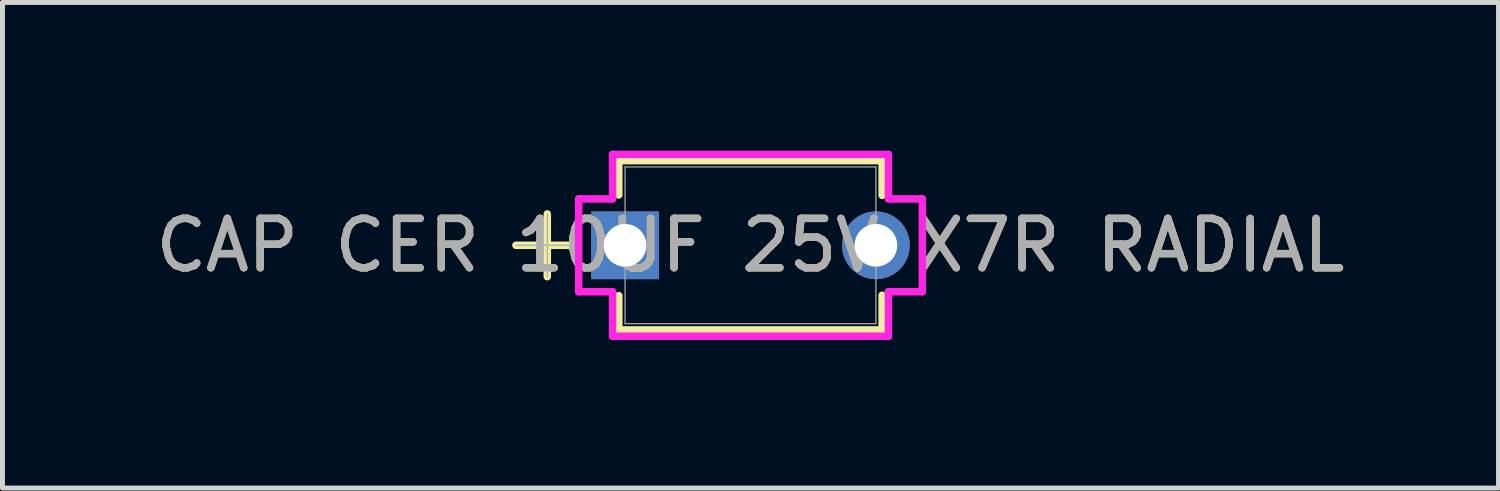
<source format=kicad_pcb>
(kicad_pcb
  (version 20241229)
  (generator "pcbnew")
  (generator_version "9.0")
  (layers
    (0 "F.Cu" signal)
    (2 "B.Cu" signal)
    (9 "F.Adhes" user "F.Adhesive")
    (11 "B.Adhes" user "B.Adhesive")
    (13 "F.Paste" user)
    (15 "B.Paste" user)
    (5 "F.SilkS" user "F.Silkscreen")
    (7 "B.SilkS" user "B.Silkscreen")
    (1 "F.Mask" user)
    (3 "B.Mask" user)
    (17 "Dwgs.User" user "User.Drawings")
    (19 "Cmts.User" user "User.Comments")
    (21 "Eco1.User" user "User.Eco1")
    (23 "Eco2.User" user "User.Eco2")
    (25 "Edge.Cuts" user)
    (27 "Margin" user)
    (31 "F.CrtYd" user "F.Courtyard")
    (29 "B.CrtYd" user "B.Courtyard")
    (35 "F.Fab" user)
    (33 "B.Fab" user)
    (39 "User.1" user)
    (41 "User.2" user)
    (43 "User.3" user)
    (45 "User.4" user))
  (footprint "CAP CER 10UF 25V X7R RADIAL"
    (layer "F.Cu")
    (at 9.609 1.918)
    (property "Reference" "CAP CER 10UF 25V X7R RADIAL" (at 2.54 0 0) (unlocked yes) (layer "F.SilkS") (effects (font (size 1 1) (thickness 0.15))))
    (attr through_hole)
    (fp_line (start -2.21 0) (end -1.019 0) (stroke (width 0.152) (type solid)) (layer "F.SilkS"))
    (fp_line (start -1.575 -0.635) (end -1.575 0.635) (stroke (width 0.152) (type solid)) (layer "F.SilkS"))
    (fp_line (start -0.127 -1.714) (end -0.127 -1.019) (stroke (width 0.152) (type solid)) (layer "F.SilkS"))
    (fp_line (start -0.127 1.019) (end -0.127 1.714) (stroke (width 0.152) (type solid)) (layer "F.SilkS"))
    (fp_line (start -0.127 1.714) (end 5.207 1.714) (stroke (width 0.152) (type solid)) (layer "F.SilkS"))
    (fp_line (start 5.207 -1.714) (end -0.127 -1.714) (stroke (width 0.152) (type solid)) (layer "F.SilkS"))
    (fp_line (start 5.207 -1.011) (end 5.207 -1.714) (stroke (width 0.152) (type solid)) (layer "F.SilkS"))
    (fp_line (start 5.207 1.714) (end 5.207 1.011) (stroke (width 0.152) (type solid)) (layer "F.SilkS"))
    (fp_line (start -0.94 -0.94) (end -0.254 -0.94) (stroke (width 0.152) (type solid)) (layer "F.CrtYd"))
    (fp_line (start -0.94 0.94) (end -0.94 -0.94) (stroke (width 0.152) (type solid)) (layer "F.CrtYd"))
    (fp_line (start -0.254 -1.841) (end 5.334 -1.841) (stroke (width 0.152) (type solid)) (layer "F.CrtYd"))
    (fp_line (start -0.254 -0.94) (end -0.254 -1.841) (stroke (width 0.152) (type solid)) (layer "F.CrtYd"))
    (fp_line (start -0.254 0.94) (end -0.94 0.94) (stroke (width 0.152) (type solid)) (layer "F.CrtYd"))
    (fp_line (start -0.254 1.841) (end -0.254 0.94) (stroke (width 0.152) (type solid)) (layer "F.CrtYd"))
    (fp_line (start 5.334 -1.841) (end 5.334 -0.94) (stroke (width 0.152) (type solid)) (layer "F.CrtYd"))
    (fp_line (start 5.334 -0.94) (end 6.02 -0.94) (stroke (width 0.152) (type solid)) (layer "F.CrtYd"))
    (fp_line (start 5.334 0.94) (end 5.334 1.841) (stroke (width 0.152) (type solid)) (layer "F.CrtYd"))
    (fp_line (start 5.334 1.841) (end -0.254 1.841) (stroke (width 0.152) (type solid)) (layer "F.CrtYd"))
    (fp_line (start 6.02 -0.94) (end 6.02 0.94) (stroke (width 0.152) (type solid)) (layer "F.CrtYd"))
    (fp_line (start 6.02 0.94) (end 5.334 0.94) (stroke (width 0.152) (type solid)) (layer "F.CrtYd"))
    (fp_line (start -2.21 0) (end -0.94 0) (stroke (width 0.025) (type solid)) (layer "F.Fab"))
    (fp_line (start -1.575 -0.635) (end -1.575 0.635) (stroke (width 0.025) (type solid)) (layer "F.Fab"))
    (fp_line (start 0 -1.587) (end 0 1.587) (stroke (width 0.025) (type solid)) (layer "F.Fab"))
    (fp_line (start 0 1.587) (end 5.08 1.587) (stroke (width 0.025) (type solid)) (layer "F.Fab"))
    (fp_line (start 5.08 -1.587) (end 0 -1.587) (stroke (width 0.025) (type solid)) (layer "F.Fab"))
    (fp_line (start 5.08 1.587) (end 5.08 -1.587) (stroke (width 0.025) (type solid)) (layer "F.Fab"))
    (fp_text user "${REFERENCE}" (at 2.54 0 0) (unlocked yes) (layer "F.Fab") (effects (font (size 1 1) (thickness 0.15))))
    (pad "1" thru_hole rect (at 0 0) (size 1.372 1.372) (drill 0.864) (layers "*.Cu" "*.Mask"))
    (pad "2" thru_hole circle (at 5.08 0) (size 1.372 1.372) (drill 0.864) (layers "*.Cu" "*.Mask")))
  (gr_rect
    (start -3 -3)
    (end 27.298 6.835)
    (stroke (width 0.1) (type default))
    (fill no)
    (layer "Edge.Cuts")))
</source>
